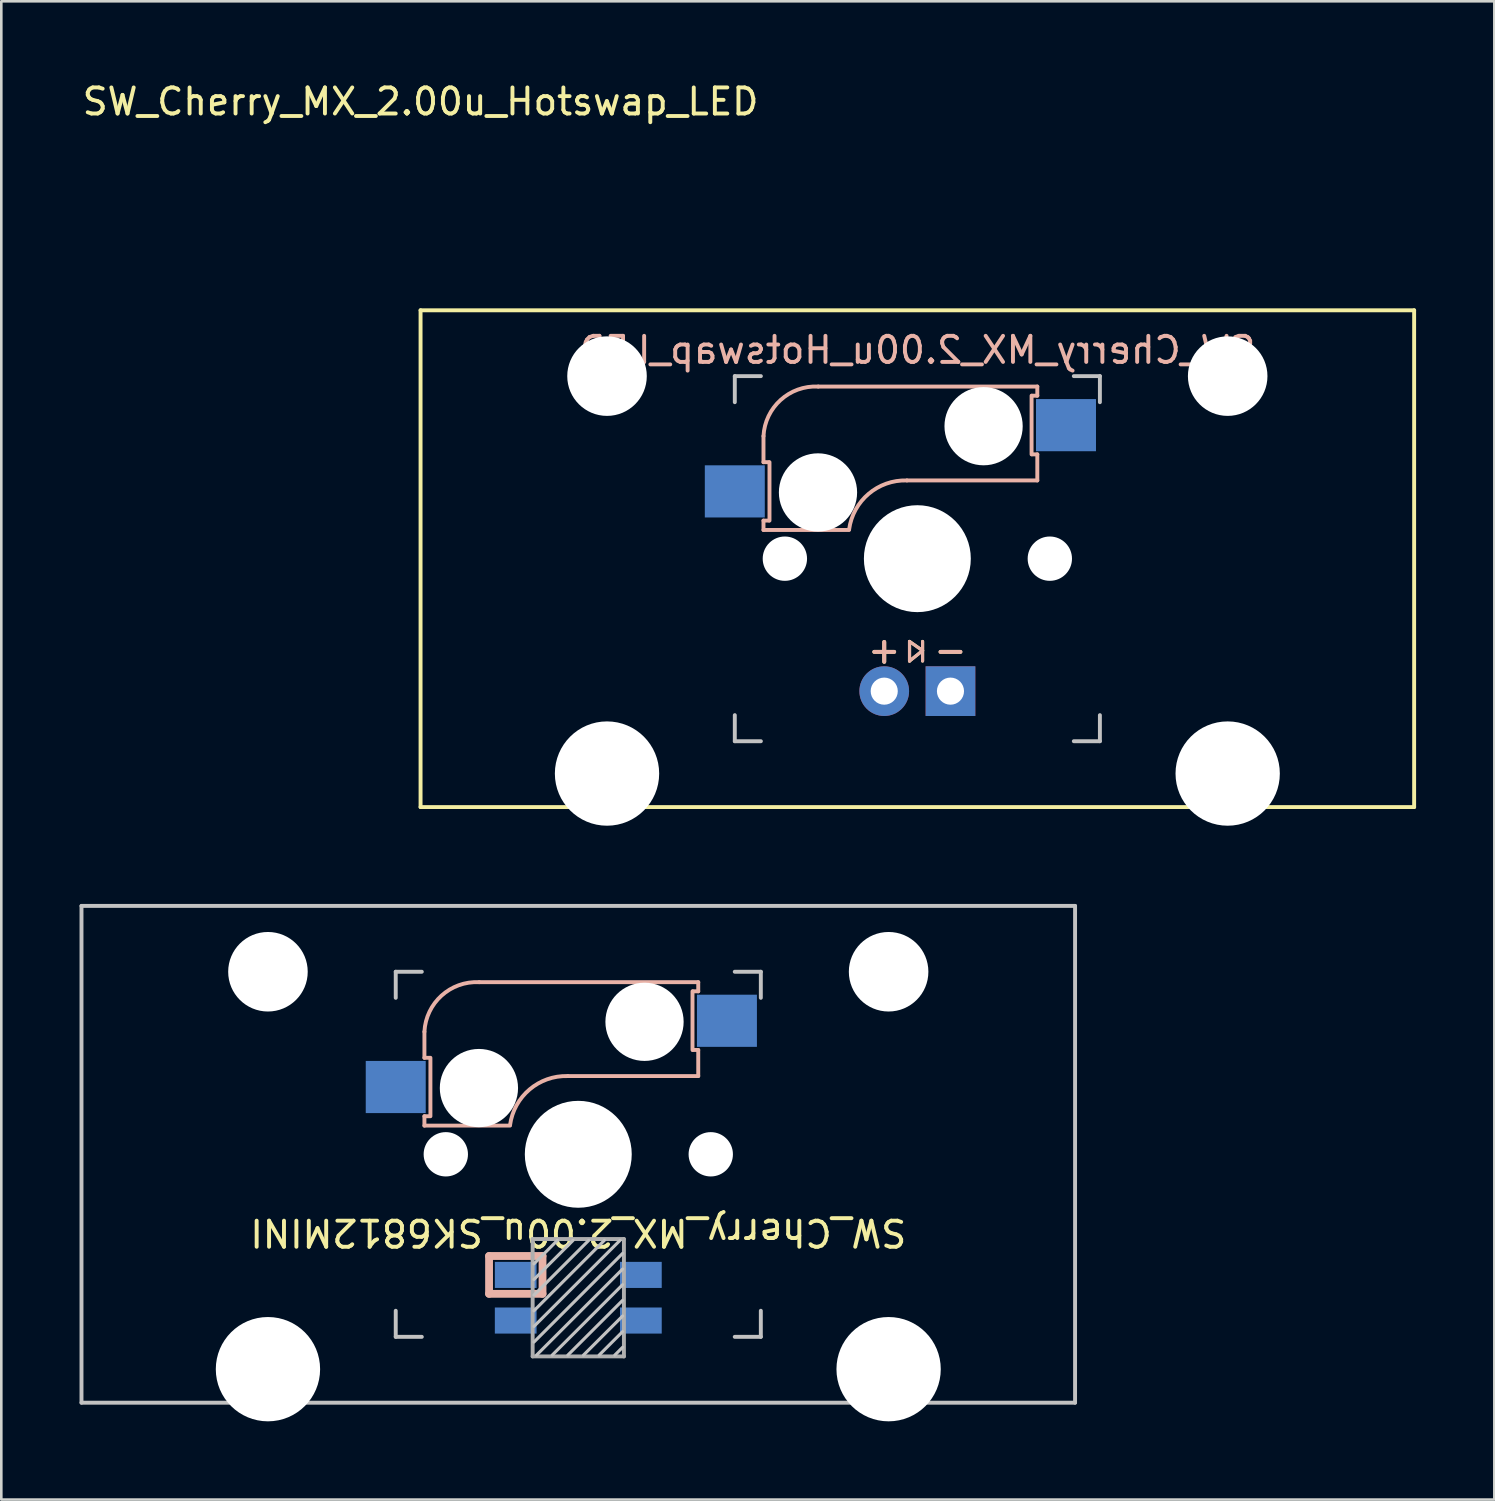
<source format=kicad_pcb>
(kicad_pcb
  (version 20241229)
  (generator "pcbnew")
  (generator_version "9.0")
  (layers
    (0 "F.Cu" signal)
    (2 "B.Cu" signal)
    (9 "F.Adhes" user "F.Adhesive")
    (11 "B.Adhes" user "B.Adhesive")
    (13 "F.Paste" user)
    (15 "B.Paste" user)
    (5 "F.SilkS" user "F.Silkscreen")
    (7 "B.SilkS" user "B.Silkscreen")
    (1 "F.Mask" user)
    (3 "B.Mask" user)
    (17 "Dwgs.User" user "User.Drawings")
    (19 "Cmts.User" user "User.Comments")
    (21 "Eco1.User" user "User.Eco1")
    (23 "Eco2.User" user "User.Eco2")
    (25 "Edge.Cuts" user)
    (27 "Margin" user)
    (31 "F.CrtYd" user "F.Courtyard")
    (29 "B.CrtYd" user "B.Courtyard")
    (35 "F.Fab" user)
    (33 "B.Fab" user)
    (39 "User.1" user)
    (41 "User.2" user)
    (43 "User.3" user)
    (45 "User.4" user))
  (footprint "SW_Cherry_MX_2.00u_SK6812MINI"
    (layer "F.Cu")
    (at 19.125 41.213)
    (property "Reference" "SW_Cherry_MX_2.00u_SK6812MINI" (at 0 3 180) (unlocked yes) (layer "F.SilkS") (effects (font (size 1 1) (thickness 0.15))))
    (attr through_hole)
    (fp_line (start -5.9 -4.7) (end -5.9 -3.7) (stroke (width 0.15) (type solid)) (layer "B.SilkS"))
    (fp_line (start -5.9 -3.7) (end -5.7 -3.7) (stroke (width 0.15) (type solid)) (layer "B.SilkS"))
    (fp_line (start -5.9 -1.1) (end -5.9 -1.46) (stroke (width 0.15) (type solid)) (layer "B.SilkS"))
    (fp_line (start -5.9 -1.1) (end -2.62 -1.1) (stroke (width 0.15) (type solid)) (layer "B.SilkS"))
    (fp_line (start -5.7 -1.46) (end -5.9 -1.46) (stroke (width 0.15) (type solid)) (layer "B.SilkS"))
    (fp_line (start -5.67 -3.7) (end -5.67 -1.46) (stroke (width 0.15) (type solid)) (layer "B.SilkS"))
    (fp_line (start -3.421 3.9) (end -1.371 3.9) (stroke (width 0.3) (type solid)) (layer "B.SilkS"))
    (fp_line (start -3.421 5.35) (end -3.421 3.9) (stroke (width 0.3) (type solid)) (layer "B.SilkS"))
    (fp_line (start -1.371 3.9) (end -1.371 5.35) (stroke (width 0.3) (type solid)) (layer "B.SilkS"))
    (fp_line (start -1.371 5.35) (end -3.421 5.35) (stroke (width 0.3) (type solid)) (layer "B.SilkS"))
    (fp_line (start -0.4 -3) (end 4.6 -3) (stroke (width 0.15) (type solid)) (layer "B.SilkS"))
    (fp_line (start 4.38 -4) (end 4.38 -6.25) (stroke (width 0.15) (type solid)) (layer "B.SilkS"))
    (fp_line (start 4.4 -6.25) (end 4.6 -6.25) (stroke (width 0.15) (type solid)) (layer "B.SilkS"))
    (fp_line (start 4.6 -6.6) (end -3.8 -6.6) (stroke (width 0.15) (type solid)) (layer "B.SilkS"))
    (fp_line (start 4.6 -6.25) (end 4.6 -6.6) (stroke (width 0.15) (type solid)) (layer "B.SilkS"))
    (fp_line (start 4.6 -4) (end 4.4 -4) (stroke (width 0.15) (type solid)) (layer "B.SilkS"))
    (fp_line (start 4.6 -3) (end 4.6 -4) (stroke (width 0.15) (type solid)) (layer "B.SilkS"))
    (fp_arc (start -5.9 -4.699999) (mid -5.243504 -6.084924) (end -3.800001 -6.6) (stroke (width 0.15) (type solid)) (layer "B.SilkS"))
    (fp_arc (start -2.616318 -1.121471) (mid -1.868709 -2.486118) (end -0.4 -3) (stroke (width 0.15) (type solid)) (layer "B.SilkS"))
    (fp_line (start -19.05 -9.525) (end 19.05 -9.525) (stroke (width 0.15) (type solid)) (layer "Dwgs.User"))
    (fp_line (start -19.05 9.525) (end -19.05 -9.525) (stroke (width 0.15) (type solid)) (layer "Dwgs.User"))
    (fp_line (start -7 -7) (end -6 -7) (stroke (width 0.15) (type solid)) (layer "Dwgs.User"))
    (fp_line (start -7 -6) (end -7 -7) (stroke (width 0.15) (type solid)) (layer "Dwgs.User"))
    (fp_line (start -7 6) (end -7 7) (stroke (width 0.15) (type solid)) (layer "Dwgs.User"))
    (fp_line (start -7 7) (end -6 7) (stroke (width 0.15) (type solid)) (layer "Dwgs.User"))
    (fp_line (start -0.8 3.3) (end -1.7 4.2) (stroke (width 0.12) (type solid)) (layer "Dwgs.User"))
    (fp_line (start -0.2 3.3) (end -1.7 4.8) (stroke (width 0.12) (type solid)) (layer "Dwgs.User"))
    (fp_line (start 0.4 3.3) (end -1.7 5.4) (stroke (width 0.12) (type solid)) (layer "Dwgs.User"))
    (fp_line (start 1 3.3) (end -1.7 6) (stroke (width 0.12) (type solid)) (layer "Dwgs.User"))
    (fp_line (start 1.6 3.3) (end -1.7 6.6) (stroke (width 0.12) (type solid)) (layer "Dwgs.User"))
    (fp_line (start 1.7 3.8) (end -1.7 7.2) (stroke (width 0.12) (type solid)) (layer "Dwgs.User"))
    (fp_line (start 1.7 4.4) (end -1.6 7.7) (stroke (width 0.12) (type solid)) (layer "Dwgs.User"))
    (fp_line (start 1.7 5) (end -1 7.7) (stroke (width 0.12) (type solid)) (layer "Dwgs.User"))
    (fp_line (start 1.7 5.6) (end -0.4 7.7) (stroke (width 0.12) (type solid)) (layer "Dwgs.User"))
    (fp_line (start 1.7 6.2) (end 0.2 7.7) (stroke (width 0.12) (type solid)) (layer "Dwgs.User"))
    (fp_line (start 1.7 6.8) (end 0.8 7.7) (stroke (width 0.12) (type solid)) (layer "Dwgs.User"))
    (fp_line (start 1.7 7.4) (end 1.4 7.7) (stroke (width 0.12) (type solid)) (layer "Dwgs.User"))
    (fp_line (start 6 7) (end 7 7) (stroke (width 0.15) (type solid)) (layer "Dwgs.User"))
    (fp_line (start 7 -7) (end 6 -7) (stroke (width 0.15) (type solid)) (layer "Dwgs.User"))
    (fp_line (start 7 -7) (end 7 -6) (stroke (width 0.15) (type solid)) (layer "Dwgs.User"))
    (fp_line (start 7 7) (end 7 6) (stroke (width 0.15) (type solid)) (layer "Dwgs.User"))
    (fp_line (start 19.05 -9.525) (end 19.05 9.525) (stroke (width 0.15) (type solid)) (layer "Dwgs.User"))
    (fp_line (start 19.05 9.525) (end -19.05 9.525) (stroke (width 0.15) (type solid)) (layer "Dwgs.User"))
    (fp_line (start -16.129 -2.286) (end -15.265 -2.286) (stroke (width 0.05) (type solid)) (layer "Eco1.User"))
    (fp_line (start -16.129 0.508) (end -16.129 -2.286) (stroke (width 0.05) (type solid)) (layer "Eco1.User"))
    (fp_line (start -15.265 -5.69) (end -8.611 -5.69) (stroke (width 0.05) (type solid)) (layer "Eco1.User"))
    (fp_line (start -15.265 -2.286) (end -15.265 -5.69) (stroke (width 0.05) (type solid)) (layer "Eco1.User"))
    (fp_line (start -15.265 0.508) (end -16.129 0.508) (stroke (width 0.05) (type solid)) (layer "Eco1.User"))
    (fp_line (start -15.265 6.604) (end -15.265 0.508) (stroke (width 0.05) (type solid)) (layer "Eco1.User"))
    (fp_line (start -14.224 6.604) (end -15.265 6.604) (stroke (width 0.05) (type solid)) (layer "Eco1.User"))
    (fp_line (start -14.224 7.772) (end -14.224 6.604) (stroke (width 0.05) (type solid)) (layer "Eco1.User"))
    (fp_line (start -9.652 6.604) (end -9.652 7.772) (stroke (width 0.05) (type solid)) (layer "Eco1.User"))
    (fp_line (start -9.652 7.772) (end -14.224 7.772) (stroke (width 0.05) (type solid)) (layer "Eco1.User"))
    (fp_line (start -8.611 -5.69) (end -8.611 -4.877) (stroke (width 0.05) (type solid)) (layer "Eco1.User"))
    (fp_line (start -8.611 -4.877) (end -6.985 -4.877) (stroke (width 0.05) (type solid)) (layer "Eco1.User"))
    (fp_line (start -8.611 5.817) (end -8.611 6.604) (stroke (width 0.05) (type solid)) (layer "Eco1.User"))
    (fp_line (start -8.611 6.604) (end -9.652 6.604) (stroke (width 0.05) (type solid)) (layer "Eco1.User"))
    (fp_line (start -6.985 -6.985) (end 6.985 -6.985) (stroke (width 0.05) (type solid)) (layer "Eco1.User"))
    (fp_line (start -6.985 -4.877) (end -6.985 -6.985) (stroke (width 0.05) (type solid)) (layer "Eco1.User"))
    (fp_line (start -6.985 5.817) (end -8.611 5.817) (stroke (width 0.05) (type solid)) (layer "Eco1.User"))
    (fp_line (start -6.985 6.985) (end -6.985 5.817) (stroke (width 0.05) (type solid)) (layer "Eco1.User"))
    (fp_line (start 6.985 -6.985) (end 6.985 -4.877) (stroke (width 0.05) (type solid)) (layer "Eco1.User"))
    (fp_line (start 6.985 -4.877) (end 8.611 -4.877) (stroke (width 0.05) (type solid)) (layer "Eco1.User"))
    (fp_line (start 6.985 5.817) (end 6.985 6.985) (stroke (width 0.05) (type solid)) (layer "Eco1.User"))
    (fp_line (start 6.985 6.985) (end -6.985 6.985) (stroke (width 0.05) (type solid)) (layer "Eco1.User"))
    (fp_line (start 8.611 -5.69) (end 15.265 -5.69) (stroke (width 0.05) (type solid)) (layer "Eco1.User"))
    (fp_line (start 8.611 -4.877) (end 8.611 -5.69) (stroke (width 0.05) (type solid)) (layer "Eco1.User"))
    (fp_line (start 8.611 5.817) (end 6.985 5.817) (stroke (width 0.05) (type solid)) (layer "Eco1.User"))
    (fp_line (start 8.611 6.604) (end 8.611 5.817) (stroke (width 0.05) (type solid)) (layer "Eco1.User"))
    (fp_line (start 9.652 6.604) (end 8.611 6.604) (stroke (width 0.05) (type solid)) (layer "Eco1.User"))
    (fp_line (start 9.652 7.772) (end 9.652 6.604) (stroke (width 0.05) (type solid)) (layer "Eco1.User"))
    (fp_line (start 14.224 6.604) (end 14.224 7.772) (stroke (width 0.05) (type solid)) (layer "Eco1.User"))
    (fp_line (start 14.224 7.772) (end 9.652 7.772) (stroke (width 0.05) (type solid)) (layer "Eco1.User"))
    (fp_line (start 15.265 -5.69) (end 15.265 -2.286) (stroke (width 0.05) (type solid)) (layer "Eco1.User"))
    (fp_line (start 15.265 -2.286) (end 16.129 -2.286) (stroke (width 0.05) (type solid)) (layer "Eco1.User"))
    (fp_line (start 15.265 0.508) (end 15.265 6.604) (stroke (width 0.05) (type solid)) (layer "Eco1.User"))
    (fp_line (start 15.265 6.604) (end 14.224 6.604) (stroke (width 0.05) (type solid)) (layer "Eco1.User"))
    (fp_line (start 16.129 -2.286) (end 16.129 0.508) (stroke (width 0.05) (type solid)) (layer "Eco1.User"))
    (fp_line (start 16.129 0.508) (end 15.265 0.508) (stroke (width 0.05) (type solid)) (layer "Eco1.User"))
    (fp_line (start -1.75 3.25) (end -1.75 7.75) (stroke (width 0.15) (type solid)) (layer "F.Fab"))
    (fp_line (start -1.75 3.25) (end 1.75 3.25) (stroke (width 0.15) (type solid)) (layer "F.Fab"))
    (fp_line (start 1.75 3.25) (end 1.75 7.75) (stroke (width 0.15) (type solid)) (layer "F.Fab"))
    (fp_line (start 1.75 7.75) (end -1.75 7.75) (stroke (width 0.15) (type solid)) (layer "F.Fab"))
    (pad "" np_thru_hole circle (at -11.9 -7) (size 3.05 3.05) (drill 3.05) (layers "*.Cu" "*.Mask"))
    (pad "" np_thru_hole circle (at -11.9 8.24) (size 4 4) (drill 4) (layers "*.Cu" "*.Mask"))
    (pad "" np_thru_hole circle (at -5.08 0) (size 1.7 1.7) (drill 1.7) (layers "*.Cu" "*.Mask"))
    (pad "" np_thru_hole circle (at -3.81 -2.54 180) (size 3 3) (drill 3) (layers "*.Cu" "*.Mask"))
    (pad "" np_thru_hole circle (at 0 0 90) (size 4.1 4.1) (drill 4.1) (layers "*.Cu" "*.Mask"))
    (pad "" np_thru_hole circle (at 2.54 -5.08 180) (size 3 3) (drill 3) (layers "*.Cu" "*.Mask"))
    (pad "" np_thru_hole circle (at 5.08 0) (size 1.7 1.7) (drill 1.7) (layers "*.Cu" "*.Mask"))
    (pad "" np_thru_hole circle (at 11.9 -7) (size 3.05 3.05) (drill 3.05) (layers "*.Cu" "*.Mask"))
    (pad "" np_thru_hole circle (at 11.9 8.24) (size 4 4) (drill 4) (layers "*.Cu" "*.Mask"))
    (pad "1" smd rect (at -2.4 4.625) (size 1.6 1) (layers "B.Cu" "B.Mask" "B.Paste"))
    (pad "2" smd rect (at -2.4 6.375) (size 1.6 1) (layers "B.Cu" "B.Mask" "B.Paste"))
    (pad "3" smd rect (at 2.4 6.375) (size 1.6 1) (layers "B.Cu" "B.Mask" "B.Paste"))
    (pad "4" smd rect (at 2.4 4.625) (size 1.6 1) (layers "B.Cu" "B.Mask" "B.Paste"))
    (pad "5" smd rect (at -7 -2.58 180) (size 2.3 2) (layers "B.Cu" "B.Mask" "B.Paste"))
    (pad "6" smd rect (at 5.7 -5.12 180) (size 2.3 2) (layers "B.Cu" "B.Mask" "B.Paste")))
  (footprint "SW_Cherry_MX_2.00u_Hotswap_LED"
    (layer "F.Cu")
    (at 13.077 8.848)
    (property "Reference" "SW_Cherry_MX_2.00u_Hotswap_LED" (at 0 -8 0) (unlocked yes) (layer "F.SilkS") (effects (font (size 1 1) (thickness 0.15))))
    (attr through_hole)
    (fp_line (start 0 0) (end 38.1 0) (stroke (width 0.15) (type solid)) (layer "F.SilkS"))
    (fp_line (start 0 19.05) (end 0 0) (stroke (width 0.15) (type solid)) (layer "F.SilkS"))
    (fp_line (start 18.75 12.7) (end 18.75 13.45) (stroke (width 0.12) (type solid)) (layer "F.SilkS"))
    (fp_line (start 18.75 13.45) (end 19.25 13.05) (stroke (width 0.12) (type solid)) (layer "F.SilkS"))
    (fp_line (start 19.25 12.7) (end 19.25 13.45) (stroke (width 0.12) (type solid)) (layer "F.SilkS"))
    (fp_line (start 19.25 13.05) (end 18.75 12.7) (stroke (width 0.12) (type solid)) (layer "F.SilkS"))
    (fp_line (start 38.1 0) (end 38.1 19.05) (stroke (width 0.15) (type solid)) (layer "F.SilkS"))
    (fp_line (start 38.1 19.05) (end 0 19.05) (stroke (width 0.15) (type solid)) (layer "F.SilkS"))
    (fp_line (start 13.15 4.825) (end 13.15 5.825) (stroke (width 0.15) (type solid)) (layer "B.SilkS"))
    (fp_line (start 13.15 5.825) (end 13.35 5.825) (stroke (width 0.15) (type solid)) (layer "B.SilkS"))
    (fp_line (start 13.15 8.425) (end 13.15 8.065) (stroke (width 0.15) (type solid)) (layer "B.SilkS"))
    (fp_line (start 13.15 8.425) (end 16.43 8.425) (stroke (width 0.15) (type solid)) (layer "B.SilkS"))
    (fp_line (start 13.35 8.065) (end 13.15 8.065) (stroke (width 0.15) (type solid)) (layer "B.SilkS"))
    (fp_line (start 13.38 5.825) (end 13.38 8.065) (stroke (width 0.15) (type solid)) (layer "B.SilkS"))
    (fp_line (start 18.65 6.525) (end 23.65 6.525) (stroke (width 0.15) (type solid)) (layer "B.SilkS"))
    (fp_line (start 18.75 12.7) (end 18.75 13.45) (stroke (width 0.12) (type solid)) (layer "B.SilkS"))
    (fp_line (start 18.75 13.45) (end 19.25 13.05) (stroke (width 0.12) (type solid)) (layer "B.SilkS"))
    (fp_line (start 19.25 12.7) (end 19.25 13.45) (stroke (width 0.12) (type solid)) (layer "B.SilkS"))
    (fp_line (start 19.25 13.05) (end 18.75 12.7) (stroke (width 0.12) (type solid)) (layer "B.SilkS"))
    (fp_line (start 23.43 5.525) (end 23.43 3.275) (stroke (width 0.15) (type solid)) (layer "B.SilkS"))
    (fp_line (start 23.45 3.275) (end 23.65 3.275) (stroke (width 0.15) (type solid)) (layer "B.SilkS"))
    (fp_line (start 23.65 2.925) (end 15.25 2.925) (stroke (width 0.15) (type solid)) (layer "B.SilkS"))
    (fp_line (start 23.65 3.275) (end 23.65 2.925) (stroke (width 0.15) (type solid)) (layer "B.SilkS"))
    (fp_line (start 23.65 5.525) (end 23.45 5.525) (stroke (width 0.15) (type solid)) (layer "B.SilkS"))
    (fp_line (start 23.65 6.525) (end 23.65 5.525) (stroke (width 0.15) (type solid)) (layer "B.SilkS"))
    (fp_arc (start 13.15 4.825001) (mid 13.806496 3.440076) (end 15.249999 2.925) (stroke (width 0.15) (type solid)) (layer "B.SilkS"))
    (fp_arc (start 16.433682 8.403529) (mid 17.181291 7.038882) (end 18.65 6.525) (stroke (width 0.15) (type solid)) (layer "B.SilkS"))
    (fp_line (start 12.05 2.525) (end 13.05 2.525) (stroke (width 0.15) (type solid)) (layer "Dwgs.User"))
    (fp_line (start 12.05 3.525) (end 12.05 2.525) (stroke (width 0.15) (type solid)) (layer "Dwgs.User"))
    (fp_line (start 12.05 15.525) (end 12.05 16.525) (stroke (width 0.15) (type solid)) (layer "Dwgs.User"))
    (fp_line (start 12.05 16.525) (end 13.05 16.525) (stroke (width 0.15) (type solid)) (layer "Dwgs.User"))
    (fp_line (start 25.05 16.525) (end 26.05 16.525) (stroke (width 0.15) (type solid)) (layer "Dwgs.User"))
    (fp_line (start 26.05 2.525) (end 25.05 2.525) (stroke (width 0.15) (type solid)) (layer "Dwgs.User"))
    (fp_line (start 26.05 2.525) (end 26.05 3.525) (stroke (width 0.15) (type solid)) (layer "Dwgs.User"))
    (fp_line (start 26.05 16.525) (end 26.05 15.525) (stroke (width 0.15) (type solid)) (layer "Dwgs.User"))
    (fp_line (start 3.55 3.475) (end 12 3.475) (stroke (width 0.05) (type solid)) (layer "Eco1.User"))
    (fp_line (start 3.55 18.575) (end 3.55 3.475) (stroke (width 0.05) (type solid)) (layer "Eco1.User"))
    (fp_line (start 10.55 16.575) (end 10.55 18.575) (stroke (width 0.05) (type solid)) (layer "Eco1.User"))
    (fp_line (start 10.55 18.575) (end 3.55 18.575) (stroke (width 0.05) (type solid)) (layer "Eco1.User"))
    (fp_line (start 12 2.475) (end 12 3.475) (stroke (width 0.05) (type solid)) (layer "Eco1.User"))
    (fp_line (start 12 2.475) (end 26.1 2.475) (stroke (width 0.05) (type solid)) (layer "Eco1.User"))
    (fp_line (start 19.05 16.575) (end 10.55 16.575) (stroke (width 0.05) (type solid)) (layer "Eco1.User"))
    (fp_line (start 19.05 16.575) (end 27.55 16.575) (stroke (width 0.05) (type default)) (layer "Eco1.User"))
    (fp_line (start 26.1 2.475) (end 26.1 3.475) (stroke (width 0.05) (type solid)) (layer "Eco1.User"))
    (fp_line (start 26.1 3.475) (end 34.55 3.475) (stroke (width 0.05) (type solid)) (layer "Eco1.User"))
    (fp_line (start 27.55 18.575) (end 27.55 16.575) (stroke (width 0.05) (type solid)) (layer "Eco1.User"))
    (fp_line (start 27.55 18.575) (end 34.55 18.575) (stroke (width 0.05) (type solid)) (layer "Eco1.User"))
    (fp_line (start 34.55 18.575) (end 34.55 3.475) (stroke (width 0.05) (type solid)) (layer "Eco1.User"))
    (fp_text user "-" (at 20.32 13.025 0) (layer "F.SilkS") (effects (font (size 1 1) (thickness 0.15))))
    (fp_text user "+" (at 17.78 13.025 0) (layer "F.SilkS") (effects (font (size 1 1) (thickness 0.15))))
    (fp_text user "+" (at 17.78 13.025 0) (layer "B.SilkS") (effects (font (size 1 1) (thickness 0.15))))
    (fp_text user "-" (at 20.32 13.025 0) (layer "B.SilkS") (effects (font (size 1 1) (thickness 0.15))))
    (fp_text user "${REFERENCE}" (at 19.05 1.525 0) (layer "B.SilkS") (effects (font (size 1 1) (thickness 0.15)) (justify mirror)))
    (pad "" np_thru_hole circle (at 7.15 2.525) (size 3.05 3.05) (drill 3.05) (layers "*.Cu" "*.Mask"))
    (pad "" np_thru_hole circle (at 7.15 17.765) (size 4 4) (drill 4) (layers "*.Cu" "*.Mask"))
    (pad "" np_thru_hole circle (at 13.97 9.525) (size 1.7 1.7) (drill 1.7) (layers "*.Cu" "*.Mask"))
    (pad "" np_thru_hole circle (at 15.24 6.985 180) (size 3 3) (drill 3) (layers "*.Cu" "*.Mask"))
    (pad "" np_thru_hole circle (at 19.05 9.525 90) (size 4.1 4.1) (drill 4.1) (layers "*.Cu" "*.Mask"))
    (pad "" np_thru_hole circle (at 21.59 4.445 180) (size 3 3) (drill 3) (layers "*.Cu" "*.Mask"))
    (pad "" np_thru_hole circle (at 24.13 9.525) (size 1.7 1.7) (drill 1.7) (layers "*.Cu" "*.Mask"))
    (pad "" np_thru_hole circle (at 30.95 2.525) (size 3.05 3.05) (drill 3.05) (layers "*.Cu" "*.Mask"))
    (pad "" np_thru_hole circle (at 30.95 17.765) (size 4 4) (drill 4) (layers "*.Cu" "*.Mask"))
    (pad "1" smd rect (at 12.05 6.945 180) (size 2.3 2) (layers "B.Cu" "B.Mask" "B.Paste"))
    (pad "2" smd rect (at 24.75 4.405 180) (size 2.3 2) (layers "B.Cu" "B.Mask" "B.Paste"))
    (pad "3" thru_hole circle (at 17.78 14.605) (size 1.905 1.905) (drill 1.04) (layers "*.Cu" "*.Mask"))
    (pad "4" thru_hole rect (at 20.32 14.605) (size 1.905 1.905) (drill 1.04) (layers "*.Cu" "*.Mask")))
  (gr_rect
    (start -3 -3)
    (end 54.252 54.453)
    (stroke (width 0.1) (type default))
    (fill no)
    (layer "Edge.Cuts")))
</source>
